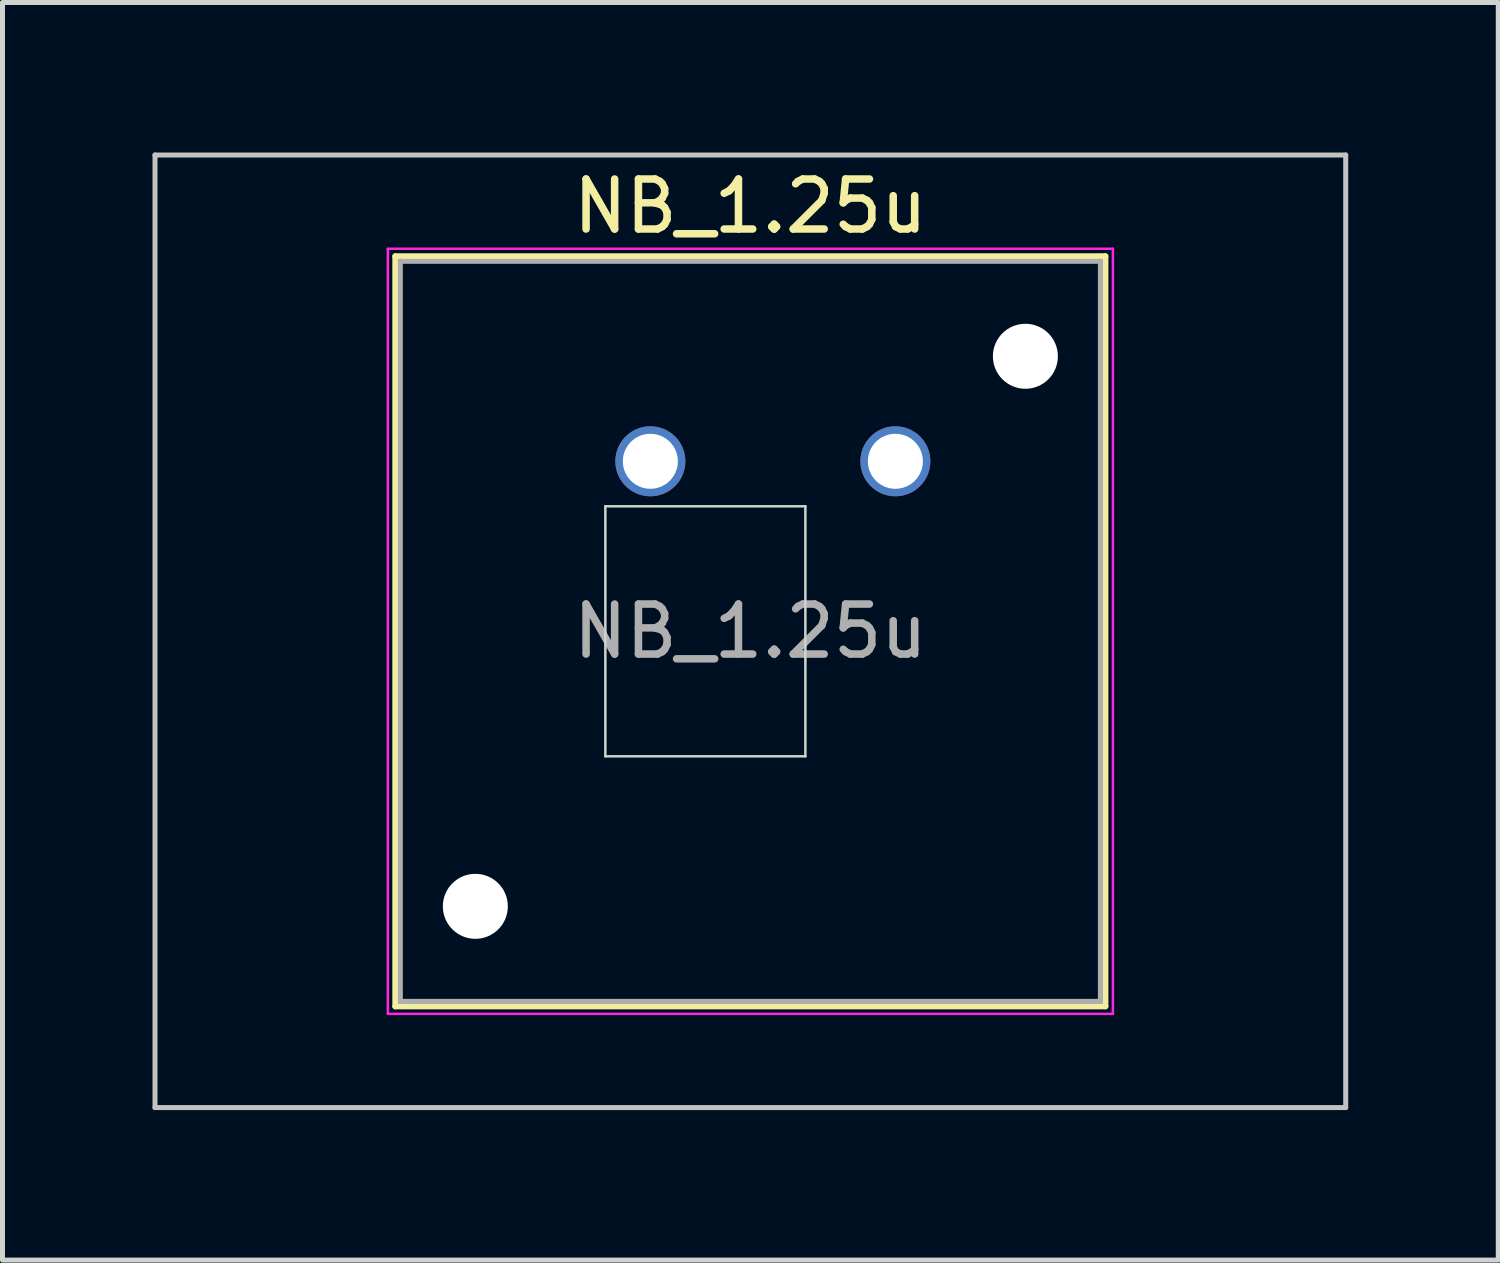
<source format=kicad_pcb>
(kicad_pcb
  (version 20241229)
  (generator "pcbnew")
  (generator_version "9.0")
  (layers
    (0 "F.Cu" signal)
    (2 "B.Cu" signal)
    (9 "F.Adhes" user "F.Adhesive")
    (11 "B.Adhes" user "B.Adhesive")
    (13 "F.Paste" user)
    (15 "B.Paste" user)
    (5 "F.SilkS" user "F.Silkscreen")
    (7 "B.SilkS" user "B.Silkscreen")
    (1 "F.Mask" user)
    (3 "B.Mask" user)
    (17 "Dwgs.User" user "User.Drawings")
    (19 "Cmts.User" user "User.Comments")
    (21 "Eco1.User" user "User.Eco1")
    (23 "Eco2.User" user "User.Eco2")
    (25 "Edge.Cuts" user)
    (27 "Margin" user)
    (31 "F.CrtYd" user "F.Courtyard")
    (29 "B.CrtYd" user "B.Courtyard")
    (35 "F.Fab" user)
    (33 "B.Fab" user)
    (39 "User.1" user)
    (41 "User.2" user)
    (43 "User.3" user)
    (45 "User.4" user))
  (footprint "NB_1.25u"
    (layer "F.Cu")
    (at 11.956 9.575)
    (property "Reference" "NB_1.25u" (at 0 -8.5 0) (layer "F.SilkS") (effects (font (size 1 1) (thickness 0.15))))
    (attr through_hole)
    (fp_line (start -7.1 -7.5) (end -7.1 7.5) (stroke (width 0.12) (type solid)) (layer "F.SilkS"))
    (fp_line (start -7.1 7.5) (end 7.1 7.5) (stroke (width 0.12) (type solid)) (layer "F.SilkS"))
    (fp_line (start 7.1 -7.5) (end -7.1 -7.5) (stroke (width 0.12) (type solid)) (layer "F.SilkS"))
    (fp_line (start 7.1 7.5) (end 7.1 -7.5) (stroke (width 0.12) (type solid)) (layer "F.SilkS"))
    (fp_line (start -11.906 -9.525) (end -11.906 9.525) (stroke (width 0.1) (type solid)) (layer "Dwgs.User"))
    (fp_line (start -11.906 9.525) (end 11.906 9.525) (stroke (width 0.1) (type solid)) (layer "Dwgs.User"))
    (fp_line (start 11.906 -9.525) (end -11.906 -9.525) (stroke (width 0.1) (type solid)) (layer "Dwgs.User"))
    (fp_line (start 11.906 9.525) (end 11.906 -9.525) (stroke (width 0.1) (type solid)) (layer "Dwgs.User"))
    (fp_line (start -8 -8) (end -8 8) (stroke (width 0.1) (type solid)) (layer "Eco1.User"))
    (fp_line (start -8 8) (end 8 8) (stroke (width 0.1) (type solid)) (layer "Eco1.User"))
    (fp_line (start 8 -8) (end -8 -8) (stroke (width 0.1) (type solid)) (layer "Eco1.User"))
    (fp_line (start 8 8) (end 8 -8) (stroke (width 0.1) (type solid)) (layer "Eco1.User"))
    (fp_line (start -2.9 -2.5) (end 1.1 -2.5) (stroke (width 0.05) (type solid)) (layer "Edge.Cuts"))
    (fp_line (start -2.9 2.5) (end -2.9 -2.5) (stroke (width 0.05) (type solid)) (layer "Edge.Cuts"))
    (fp_line (start 1.1 -2.5) (end 1.1 2.5) (stroke (width 0.05) (type solid)) (layer "Edge.Cuts"))
    (fp_line (start 1.1 2.5) (end -2.9 2.5) (stroke (width 0.05) (type solid)) (layer "Edge.Cuts"))
    (fp_line (start -7.25 -7.65) (end -7.25 7.65) (stroke (width 0.05) (type solid)) (layer "F.CrtYd"))
    (fp_line (start -7.25 7.65) (end 7.25 7.65) (stroke (width 0.05) (type solid)) (layer "F.CrtYd"))
    (fp_line (start 7.25 -7.65) (end -7.25 -7.65) (stroke (width 0.05) (type solid)) (layer "F.CrtYd"))
    (fp_line (start 7.25 7.65) (end 7.25 -7.65) (stroke (width 0.05) (type solid)) (layer "F.CrtYd"))
    (fp_line (start -7 -7.4) (end -7 7.4) (stroke (width 0.1) (type solid)) (layer "F.Fab"))
    (fp_line (start -7 7.4) (end 7 7.4) (stroke (width 0.1) (type solid)) (layer "F.Fab"))
    (fp_line (start 7 -7.4) (end -7 -7.4) (stroke (width 0.1) (type solid)) (layer "F.Fab"))
    (fp_line (start 7 7.4) (end 7 -7.4) (stroke (width 0.1) (type solid)) (layer "F.Fab"))
    (fp_text user "${REFERENCE}" (at 0 0 0) (layer "F.Fab") (effects (font (size 1 1) (thickness 0.15))))
    (pad "" np_thru_hole circle (at -5.5 5.5) (size 1.3 1.3) (drill 1.3) (layers "*.Cu" "*.Mask"))
    (pad "" np_thru_hole circle (at 5.5 -5.5) (size 1.3 1.3) (drill 1.3) (layers "*.Cu" "*.Mask"))
    (pad "1" thru_hole circle (at -2 -3.4) (size 1.4 1.4) (drill 1.1) (layers "*.Cu" "*.Mask"))
    (pad "2" thru_hole circle (at 2.9 -3.4) (size 1.4 1.4) (drill 1.1) (layers "*.Cu" "*.Mask")))
  (gr_rect
    (start -3 -3)
    (end 26.913 22.15)
    (stroke (width 0.1) (type default))
    (fill no)
    (layer "Edge.Cuts")))
</source>
